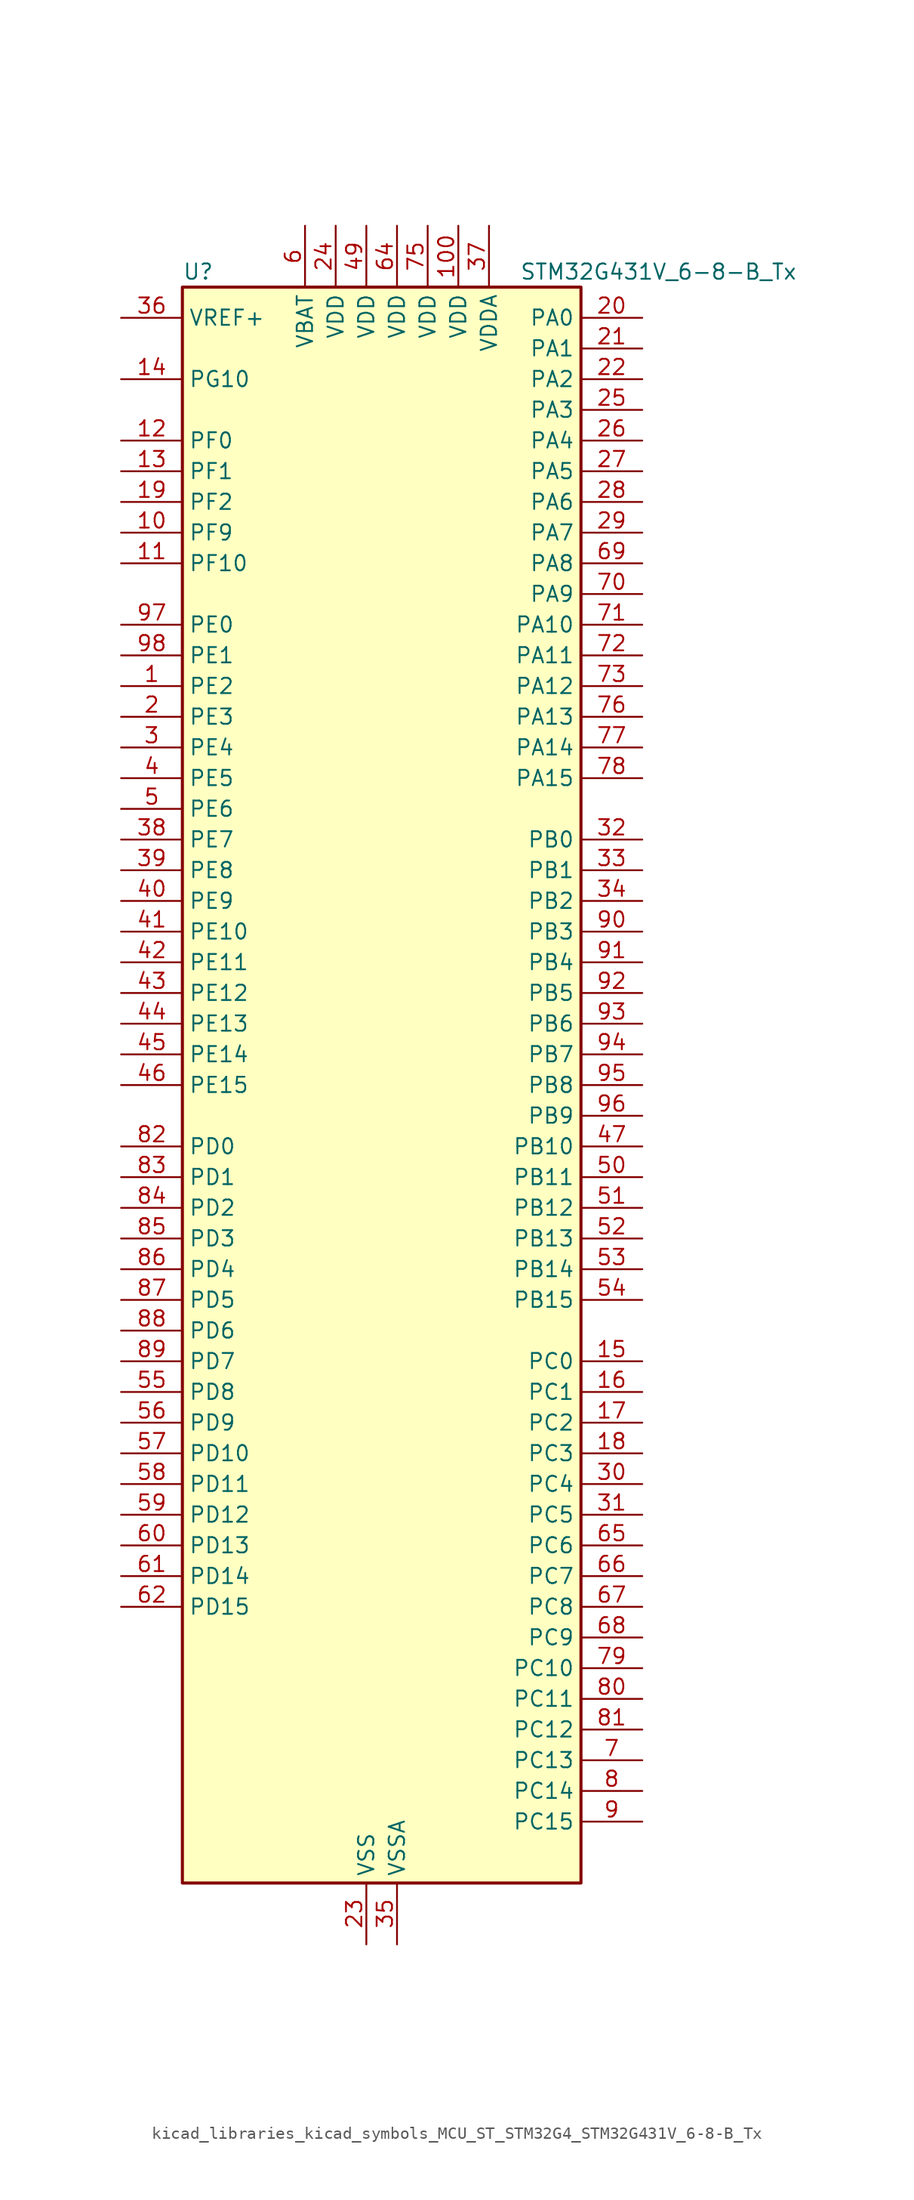
<source format=kicad_sym>
(kicad_symbol_lib
  (version 20220914)
  (generator kicad_symbol_editor)
  (symbol "kicad_libraries_kicad_symbols_MCU_ST_STM32G4_STM32G431V_6-8-B_Tx"
    (property "Reference" "U"
      (at -15.24 67.31 0)
      (effects (font (size 1.27 1.27)) (justify left)))
    (property "Value" "STM32G431V_6-8-B_Tx"
      (at 12.7 67.31 0)
      (effects (font (size 1.27 1.27)) (justify left)))
    (property "ki_locked" ""
      (at 0 0 0)
      (effects (font (size 1.27 1.27))))
    (symbol "kicad_libraries_kicad_symbols_MCU_ST_STM32G4_STM32G431V_6-8-B_Tx_0_1"
      (rectangle (start -15.24 -66.04) (end 17.78 66.04) (stroke (width 0.254) (type default)) (fill (type background))))
    (symbol "kicad_libraries_kicad_symbols_MCU_ST_STM32G4_STM32G431V_6-8-B_Tx_1_1"
      (pin bidirectional line (at -20.32 33.02 0) (length 5.08) (name "PE2" (effects (font (size 1.27 1.27)))) (number "1" (effects (font (size 1.27 1.27)))) (alternate "SAI1_CK1" bidirectional line) (alternate "SAI1_MCLK_A" bidirectional line) (alternate "SYS_TRACECLK" bidirectional line) (alternate "TIM3_CH1" bidirectional line))
      (pin bidirectional line (at -20.32 45.72 0) (length 5.08) (name "PF9" (effects (font (size 1.27 1.27)))) (number "10" (effects (font (size 1.27 1.27)))) (alternate "DAC1_EXTI9" bidirectional line) (alternate "DAC3_EXTI9" bidirectional line) (alternate "SAI1_FS_B" bidirectional line) (alternate "SPI2_SCK" bidirectional line) (alternate "TIM15_CH1" bidirectional line))
      (pin power_in line (at 7.62 71.12 270) (length 5.08) (name "VDD" (effects (font (size 1.27 1.27)))) (number "100" (effects (font (size 1.27 1.27)))))
      (pin bidirectional line (at -20.32 43.18 0) (length 5.08) (name "PF10" (effects (font (size 1.27 1.27)))) (number "11" (effects (font (size 1.27 1.27)))) (alternate "DAC1_EXTI10" bidirectional line) (alternate "DAC3_EXTI10" bidirectional line) (alternate "SAI1_D3" bidirectional line) (alternate "SPI2_SCK" bidirectional line) (alternate "TIM15_CH2" bidirectional line))
      (pin bidirectional line (at -20.32 53.34 0) (length 5.08) (name "PF0" (effects (font (size 1.27 1.27)))) (number "12" (effects (font (size 1.27 1.27)))) (alternate "ADC1_IN10" bidirectional line) (alternate "I2C2_SDA" bidirectional line) (alternate "I2S2_WS" bidirectional line) (alternate "RCC_OSC_IN" bidirectional line) (alternate "SPI2_NSS" bidirectional line) (alternate "TIM1_CH3N" bidirectional line))
      (pin bidirectional line (at -20.32 50.8 0) (length 5.08) (name "PF1" (effects (font (size 1.27 1.27)))) (number "13" (effects (font (size 1.27 1.27)))) (alternate "ADC2_IN10" bidirectional line) (alternate "COMP3_INM" bidirectional line) (alternate "I2S2_CK" bidirectional line) (alternate "RCC_OSC_OUT" bidirectional line) (alternate "SPI2_SCK" bidirectional line))
      (pin bidirectional line (at -20.32 58.42 0) (length 5.08) (name "PG10" (effects (font (size 1.27 1.27)))) (number "14" (effects (font (size 1.27 1.27)))) (alternate "DAC1_EXTI10" bidirectional line) (alternate "DAC3_EXTI10" bidirectional line) (alternate "RCC_MCO" bidirectional line))
      (pin bidirectional line (at 22.86 -22.86 180) (length 5.08) (name "PC0" (effects (font (size 1.27 1.27)))) (number "15" (effects (font (size 1.27 1.27)))) (alternate "ADC1_IN6" bidirectional line) (alternate "ADC2_IN6" bidirectional line) (alternate "COMP3_INM" bidirectional line) (alternate "LPTIM1_IN1" bidirectional line) (alternate "LPUART1_RX" bidirectional line) (alternate "TIM1_CH1" bidirectional line))
      (pin bidirectional line (at 22.86 -25.4 180) (length 5.08) (name "PC1" (effects (font (size 1.27 1.27)))) (number "16" (effects (font (size 1.27 1.27)))) (alternate "ADC1_IN7" bidirectional line) (alternate "ADC2_IN7" bidirectional line) (alternate "COMP3_INP" bidirectional line) (alternate "LPTIM1_OUT" bidirectional line) (alternate "LPUART1_TX" bidirectional line) (alternate "SAI1_SD_A" bidirectional line) (alternate "TIM1_CH2" bidirectional line))
      (pin bidirectional line (at 22.86 -27.94 180) (length 5.08) (name "PC2" (effects (font (size 1.27 1.27)))) (number "17" (effects (font (size 1.27 1.27)))) (alternate "ADC1_IN8" bidirectional line) (alternate "ADC2_IN8" bidirectional line) (alternate "COMP3_OUT" bidirectional line) (alternate "LPTIM1_IN2" bidirectional line) (alternate "TIM1_CH3" bidirectional line))
      (pin bidirectional line (at 22.86 -30.48 180) (length 5.08) (name "PC3" (effects (font (size 1.27 1.27)))) (number "18" (effects (font (size 1.27 1.27)))) (alternate "ADC1_IN9" bidirectional line) (alternate "ADC2_IN9" bidirectional line) (alternate "LPTIM1_ETR" bidirectional line) (alternate "SAI1_D1" bidirectional line) (alternate "SAI1_SD_A" bidirectional line) (alternate "TIM1_BKIN2" bidirectional line) (alternate "TIM1_CH4" bidirectional line))
      (pin bidirectional line (at -20.32 48.26 0) (length 5.08) (name "PF2" (effects (font (size 1.27 1.27)))) (number "19" (effects (font (size 1.27 1.27)))) (alternate "I2C2_SMBA" bidirectional line))
      (pin bidirectional line (at -20.32 30.48 0) (length 5.08) (name "PE3" (effects (font (size 1.27 1.27)))) (number "2" (effects (font (size 1.27 1.27)))) (alternate "SAI1_SD_B" bidirectional line) (alternate "SYS_TRACED0" bidirectional line) (alternate "TIM3_CH2" bidirectional line))
      (pin bidirectional line (at 22.86 63.5 180) (length 5.08) (name "PA0" (effects (font (size 1.27 1.27)))) (number "20" (effects (font (size 1.27 1.27)))) (alternate "ADC1_IN1" bidirectional line) (alternate "ADC2_IN1" bidirectional line) (alternate "COMP1_INM" bidirectional line) (alternate "COMP1_OUT" bidirectional line) (alternate "COMP3_INP" bidirectional line) (alternate "RTC_TAMP2" bidirectional line) (alternate "SYS_WKUP1" bidirectional line) (alternate "TIM2_CH1" bidirectional line) (alternate "TIM2_ETR" bidirectional line) (alternate "TIM8_BKIN" bidirectional line) (alternate "TIM8_ETR" bidirectional line) (alternate "USART2_CTS" bidirectional line) (alternate "USART2_NSS" bidirectional line))
      (pin bidirectional line (at 22.86 60.96 180) (length 5.08) (name "PA1" (effects (font (size 1.27 1.27)))) (number "21" (effects (font (size 1.27 1.27)))) (alternate "ADC1_IN2" bidirectional line) (alternate "ADC2_IN2" bidirectional line) (alternate "COMP1_INP" bidirectional line) (alternate "OPAMP1_VINP" bidirectional line) (alternate "OPAMP1_VINP_SEC" bidirectional line) (alternate "OPAMP3_VINP" bidirectional line) (alternate "OPAMP3_VINP_SEC" bidirectional line) (alternate "RTC_REFIN" bidirectional line) (alternate "TIM15_CH1N" bidirectional line) (alternate "TIM2_CH2" bidirectional line) (alternate "USART2_DE" bidirectional line) (alternate "USART2_RTS" bidirectional line))
      (pin bidirectional line (at 22.86 58.42 180) (length 5.08) (name "PA2" (effects (font (size 1.27 1.27)))) (number "22" (effects (font (size 1.27 1.27)))) (alternate "ADC1_IN3" bidirectional line) (alternate "COMP2_INM" bidirectional line) (alternate "COMP2_OUT" bidirectional line) (alternate "LPUART1_TX" bidirectional line) (alternate "OPAMP1_VOUT" bidirectional line) (alternate "RCC_LSCO" bidirectional line) (alternate "SYS_WKUP4" bidirectional line) (alternate "TIM15_CH1" bidirectional line) (alternate "TIM2_CH3" bidirectional line) (alternate "UCPD1_FRSTX1" bidirectional line) (alternate "UCPD1_FRSTX2" bidirectional line) (alternate "USART2_TX" bidirectional line))
      (pin power_in line (at 0 -71.12 90) (length 5.08) (name "VSS" (effects (font (size 1.27 1.27)))) (number "23" (effects (font (size 1.27 1.27)))))
      (pin power_in line (at -2.54 71.12 270) (length 5.08) (name "VDD" (effects (font (size 1.27 1.27)))) (number "24" (effects (font (size 1.27 1.27)))))
      (pin bidirectional line (at 22.86 55.88 180) (length 5.08) (name "PA3" (effects (font (size 1.27 1.27)))) (number "25" (effects (font (size 1.27 1.27)))) (alternate "ADC1_IN4" bidirectional line) (alternate "COMP2_INP" bidirectional line) (alternate "LPUART1_RX" bidirectional line) (alternate "OPAMP1_VINM" bidirectional line) (alternate "OPAMP1_VINM0" bidirectional line) (alternate "OPAMP1_VINM_SEC" bidirectional line) (alternate "OPAMP1_VINP" bidirectional line) (alternate "OPAMP1_VINP_SEC" bidirectional line) (alternate "SAI1_CK1" bidirectional line) (alternate "SAI1_MCLK_A" bidirectional line) (alternate "TIM15_CH2" bidirectional line) (alternate "TIM2_CH4" bidirectional line) (alternate "USART2_RX" bidirectional line))
      (pin bidirectional line (at 22.86 53.34 180) (length 5.08) (name "PA4" (effects (font (size 1.27 1.27)))) (number "26" (effects (font (size 1.27 1.27)))) (alternate "ADC2_IN17" bidirectional line) (alternate "COMP1_INM" bidirectional line) (alternate "DAC1_OUT1" bidirectional line) (alternate "I2S3_WS" bidirectional line) (alternate "SAI1_FS_B" bidirectional line) (alternate "SPI1_NSS" bidirectional line) (alternate "SPI3_NSS" bidirectional line) (alternate "TIM3_CH2" bidirectional line) (alternate "USART2_CK" bidirectional line))
      (pin bidirectional line (at 22.86 50.8 180) (length 5.08) (name "PA5" (effects (font (size 1.27 1.27)))) (number "27" (effects (font (size 1.27 1.27)))) (alternate "ADC2_IN13" bidirectional line) (alternate "COMP2_INM" bidirectional line) (alternate "DAC1_OUT2" bidirectional line) (alternate "OPAMP2_VINM" bidirectional line) (alternate "OPAMP2_VINM0" bidirectional line) (alternate "OPAMP2_VINM_SEC" bidirectional line) (alternate "SPI1_SCK" bidirectional line) (alternate "TIM2_CH1" bidirectional line) (alternate "TIM2_ETR" bidirectional line) (alternate "UCPD1_FRSTX1" bidirectional line) (alternate "UCPD1_FRSTX2" bidirectional line))
      (pin bidirectional line (at 22.86 48.26 180) (length 5.08) (name "PA6" (effects (font (size 1.27 1.27)))) (number "28" (effects (font (size 1.27 1.27)))) (alternate "ADC2_IN3" bidirectional line) (alternate "COMP1_OUT" bidirectional line) (alternate "LPUART1_CTS" bidirectional line) (alternate "OPAMP2_VOUT" bidirectional line) (alternate "SPI1_MISO" bidirectional line) (alternate "TIM16_CH1" bidirectional line) (alternate "TIM1_BKIN" bidirectional line) (alternate "TIM3_CH1" bidirectional line) (alternate "TIM8_BKIN" bidirectional line))
      (pin bidirectional line (at 22.86 45.72 180) (length 5.08) (name "PA7" (effects (font (size 1.27 1.27)))) (number "29" (effects (font (size 1.27 1.27)))) (alternate "ADC2_IN4" bidirectional line) (alternate "COMP2_INP" bidirectional line) (alternate "COMP2_OUT" bidirectional line) (alternate "OPAMP1_VINP" bidirectional line) (alternate "OPAMP1_VINP_SEC" bidirectional line) (alternate "OPAMP2_VINP" bidirectional line) (alternate "OPAMP2_VINP_SEC" bidirectional line) (alternate "SPI1_MOSI" bidirectional line) (alternate "TIM17_CH1" bidirectional line) (alternate "TIM1_CH1N" bidirectional line) (alternate "TIM3_CH2" bidirectional line) (alternate "TIM8_CH1N" bidirectional line) (alternate "UCPD1_FRSTX1" bidirectional line) (alternate "UCPD1_FRSTX2" bidirectional line))
      (pin bidirectional line (at -20.32 27.94 0) (length 5.08) (name "PE4" (effects (font (size 1.27 1.27)))) (number "3" (effects (font (size 1.27 1.27)))) (alternate "SAI1_D2" bidirectional line) (alternate "SAI1_FS_A" bidirectional line) (alternate "SYS_TRACED1" bidirectional line) (alternate "TIM3_CH3" bidirectional line))
      (pin bidirectional line (at 22.86 -33.02 180) (length 5.08) (name "PC4" (effects (font (size 1.27 1.27)))) (number "30" (effects (font (size 1.27 1.27)))) (alternate "ADC2_IN5" bidirectional line) (alternate "I2C2_SCL" bidirectional line) (alternate "TIM1_ETR" bidirectional line) (alternate "USART1_TX" bidirectional line))
      (pin bidirectional line (at 22.86 -35.56 180) (length 5.08) (name "PC5" (effects (font (size 1.27 1.27)))) (number "31" (effects (font (size 1.27 1.27)))) (alternate "ADC2_IN11" bidirectional line) (alternate "OPAMP1_VINM" bidirectional line) (alternate "OPAMP1_VINM1" bidirectional line) (alternate "OPAMP1_VINM_SEC" bidirectional line) (alternate "OPAMP2_VINM" bidirectional line) (alternate "OPAMP2_VINM1" bidirectional line) (alternate "OPAMP2_VINM_SEC" bidirectional line) (alternate "SAI1_D3" bidirectional line) (alternate "SYS_WKUP5" bidirectional line) (alternate "TIM15_BKIN" bidirectional line) (alternate "TIM1_CH4N" bidirectional line) (alternate "USART1_RX" bidirectional line))
      (pin bidirectional line (at 22.86 20.32 180) (length 5.08) (name "PB0" (effects (font (size 1.27 1.27)))) (number "32" (effects (font (size 1.27 1.27)))) (alternate "ADC1_IN15" bidirectional line) (alternate "COMP4_INP" bidirectional line) (alternate "OPAMP2_VINP" bidirectional line) (alternate "OPAMP2_VINP_SEC" bidirectional line) (alternate "OPAMP3_VINP" bidirectional line) (alternate "OPAMP3_VINP_SEC" bidirectional line) (alternate "TIM1_CH2N" bidirectional line) (alternate "TIM3_CH3" bidirectional line) (alternate "TIM8_CH2N" bidirectional line) (alternate "UCPD1_FRSTX1" bidirectional line) (alternate "UCPD1_FRSTX2" bidirectional line))
      (pin bidirectional line (at 22.86 17.78 180) (length 5.08) (name "PB1" (effects (font (size 1.27 1.27)))) (number "33" (effects (font (size 1.27 1.27)))) (alternate "ADC1_IN12" bidirectional line) (alternate "COMP1_INP" bidirectional line) (alternate "COMP4_OUT" bidirectional line) (alternate "LPUART1_DE" bidirectional line) (alternate "LPUART1_RTS" bidirectional line) (alternate "OPAMP3_VOUT" bidirectional line) (alternate "TIM1_CH3N" bidirectional line) (alternate "TIM3_CH4" bidirectional line) (alternate "TIM8_CH3N" bidirectional line))
      (pin bidirectional line (at 22.86 15.24 180) (length 5.08) (name "PB2" (effects (font (size 1.27 1.27)))) (number "34" (effects (font (size 1.27 1.27)))) (alternate "ADC2_IN12" bidirectional line) (alternate "COMP4_INM" bidirectional line) (alternate "I2C3_SMBA" bidirectional line) (alternate "LPTIM1_OUT" bidirectional line) (alternate "OPAMP3_VINM" bidirectional line) (alternate "OPAMP3_VINM0" bidirectional line) (alternate "OPAMP3_VINM_SEC" bidirectional line) (alternate "RTC_OUT2" bidirectional line))
      (pin power_in line (at 2.54 -71.12 90) (length 5.08) (name "VSSA" (effects (font (size 1.27 1.27)))) (number "35" (effects (font (size 1.27 1.27)))))
      (pin input line (at -20.32 63.5 0) (length 5.08) (name "VREF+" (effects (font (size 1.27 1.27)))) (number "36" (effects (font (size 1.27 1.27)))) (alternate "VREFBUF_OUT" bidirectional line))
      (pin power_in line (at 10.16 71.12 270) (length 5.08) (name "VDDA" (effects (font (size 1.27 1.27)))) (number "37" (effects (font (size 1.27 1.27)))))
      (pin bidirectional line (at -20.32 20.32 0) (length 5.08) (name "PE7" (effects (font (size 1.27 1.27)))) (number "38" (effects (font (size 1.27 1.27)))) (alternate "COMP4_INP" bidirectional line) (alternate "SAI1_SD_B" bidirectional line) (alternate "TIM1_ETR" bidirectional line))
      (pin bidirectional line (at -20.32 17.78 0) (length 5.08) (name "PE8" (effects (font (size 1.27 1.27)))) (number "39" (effects (font (size 1.27 1.27)))) (alternate "COMP4_INM" bidirectional line) (alternate "SAI1_SCK_B" bidirectional line) (alternate "TIM1_CH1N" bidirectional line))
      (pin bidirectional line (at -20.32 25.4 0) (length 5.08) (name "PE5" (effects (font (size 1.27 1.27)))) (number "4" (effects (font (size 1.27 1.27)))) (alternate "SAI1_CK2" bidirectional line) (alternate "SAI1_SCK_A" bidirectional line) (alternate "SYS_TRACED2" bidirectional line) (alternate "TIM3_CH4" bidirectional line))
      (pin bidirectional line (at -20.32 15.24 0) (length 5.08) (name "PE9" (effects (font (size 1.27 1.27)))) (number "40" (effects (font (size 1.27 1.27)))) (alternate "DAC1_EXTI9" bidirectional line) (alternate "DAC3_EXTI9" bidirectional line) (alternate "SAI1_FS_B" bidirectional line) (alternate "TIM1_CH1" bidirectional line))
      (pin bidirectional line (at -20.32 12.7 0) (length 5.08) (name "PE10" (effects (font (size 1.27 1.27)))) (number "41" (effects (font (size 1.27 1.27)))) (alternate "DAC1_EXTI10" bidirectional line) (alternate "DAC3_EXTI10" bidirectional line) (alternate "SAI1_MCLK_B" bidirectional line) (alternate "TIM1_CH2N" bidirectional line))
      (pin bidirectional line (at -20.32 10.16 0) (length 5.08) (name "PE11" (effects (font (size 1.27 1.27)))) (number "42" (effects (font (size 1.27 1.27)))) (alternate "ADC1_EXTI11" bidirectional line) (alternate "ADC2_EXTI11" bidirectional line) (alternate "TIM1_CH2" bidirectional line))
      (pin bidirectional line (at -20.32 7.62 0) (length 5.08) (name "PE12" (effects (font (size 1.27 1.27)))) (number "43" (effects (font (size 1.27 1.27)))) (alternate "TIM1_CH3N" bidirectional line))
      (pin bidirectional line (at -20.32 5.08 0) (length 5.08) (name "PE13" (effects (font (size 1.27 1.27)))) (number "44" (effects (font (size 1.27 1.27)))) (alternate "TIM1_CH3" bidirectional line))
      (pin bidirectional line (at -20.32 2.54 0) (length 5.08) (name "PE14" (effects (font (size 1.27 1.27)))) (number "45" (effects (font (size 1.27 1.27)))) (alternate "TIM1_BKIN2" bidirectional line) (alternate "TIM1_CH4" bidirectional line))
      (pin bidirectional line (at -20.32 0 0) (length 5.08) (name "PE15" (effects (font (size 1.27 1.27)))) (number "46" (effects (font (size 1.27 1.27)))) (alternate "ADC1_EXTI15" bidirectional line) (alternate "ADC2_EXTI15" bidirectional line) (alternate "TIM1_BKIN" bidirectional line) (alternate "TIM1_CH4N" bidirectional line) (alternate "USART3_RX" bidirectional line))
      (pin bidirectional line (at 22.86 -5.08 180) (length 5.08) (name "PB10" (effects (font (size 1.27 1.27)))) (number "47" (effects (font (size 1.27 1.27)))) (alternate "DAC1_EXTI10" bidirectional line) (alternate "DAC3_EXTI10" bidirectional line) (alternate "LPUART1_RX" bidirectional line) (alternate "OPAMP3_VINM" bidirectional line) (alternate "OPAMP3_VINM1" bidirectional line) (alternate "OPAMP3_VINM_SEC" bidirectional line) (alternate "SAI1_SCK_A" bidirectional line) (alternate "TIM1_BKIN" bidirectional line) (alternate "TIM2_CH3" bidirectional line) (alternate "USART3_TX" bidirectional line))
      (pin passive line (at 0 -71.12 90) (length 5.08) hide (name "VSS" (effects (font (size 1.27 1.27)))) (number "48" (effects (font (size 1.27 1.27)))))
      (pin power_in line (at 0 71.12 270) (length 5.08) (name "VDD" (effects (font (size 1.27 1.27)))) (number "49" (effects (font (size 1.27 1.27)))))
      (pin bidirectional line (at -20.32 22.86 0) (length 5.08) (name "PE6" (effects (font (size 1.27 1.27)))) (number "5" (effects (font (size 1.27 1.27)))) (alternate "RTC_TAMP3" bidirectional line) (alternate "SAI1_D1" bidirectional line) (alternate "SAI1_SD_A" bidirectional line) (alternate "SYS_TRACED3" bidirectional line) (alternate "SYS_WKUP3" bidirectional line))
      (pin bidirectional line (at 22.86 -7.62 180) (length 5.08) (name "PB11" (effects (font (size 1.27 1.27)))) (number "50" (effects (font (size 1.27 1.27)))) (alternate "ADC1_EXTI11" bidirectional line) (alternate "ADC1_IN14" bidirectional line) (alternate "ADC2_EXTI11" bidirectional line) (alternate "ADC2_IN14" bidirectional line) (alternate "LPUART1_TX" bidirectional line) (alternate "TIM2_CH4" bidirectional line) (alternate "USART3_RX" bidirectional line))
      (pin bidirectional line (at 22.86 -10.16 180) (length 5.08) (name "PB12" (effects (font (size 1.27 1.27)))) (number "51" (effects (font (size 1.27 1.27)))) (alternate "ADC1_IN11" bidirectional line) (alternate "I2C2_SMBA" bidirectional line) (alternate "I2S2_WS" bidirectional line) (alternate "LPUART1_DE" bidirectional line) (alternate "LPUART1_RTS" bidirectional line) (alternate "SPI2_NSS" bidirectional line) (alternate "TIM1_BKIN" bidirectional line) (alternate "USART3_CK" bidirectional line))
      (pin bidirectional line (at 22.86 -12.7 180) (length 5.08) (name "PB13" (effects (font (size 1.27 1.27)))) (number "52" (effects (font (size 1.27 1.27)))) (alternate "I2S2_CK" bidirectional line) (alternate "LPUART1_CTS" bidirectional line) (alternate "OPAMP3_VINP" bidirectional line) (alternate "OPAMP3_VINP_SEC" bidirectional line) (alternate "SPI2_SCK" bidirectional line) (alternate "TIM1_CH1N" bidirectional line) (alternate "USART3_CTS" bidirectional line) (alternate "USART3_NSS" bidirectional line))
      (pin bidirectional line (at 22.86 -15.24 180) (length 5.08) (name "PB14" (effects (font (size 1.27 1.27)))) (number "53" (effects (font (size 1.27 1.27)))) (alternate "ADC1_IN5" bidirectional line) (alternate "COMP4_OUT" bidirectional line) (alternate "OPAMP2_VINP" bidirectional line) (alternate "OPAMP2_VINP_SEC" bidirectional line) (alternate "SPI2_MISO" bidirectional line) (alternate "TIM15_CH1" bidirectional line) (alternate "TIM1_CH2N" bidirectional line) (alternate "USART3_DE" bidirectional line) (alternate "USART3_RTS" bidirectional line))
      (pin bidirectional line (at 22.86 -17.78 180) (length 5.08) (name "PB15" (effects (font (size 1.27 1.27)))) (number "54" (effects (font (size 1.27 1.27)))) (alternate "ADC1_EXTI15" bidirectional line) (alternate "ADC2_EXTI15" bidirectional line) (alternate "ADC2_IN15" bidirectional line) (alternate "COMP3_OUT" bidirectional line) (alternate "I2S2_SD" bidirectional line) (alternate "RTC_REFIN" bidirectional line) (alternate "SPI2_MOSI" bidirectional line) (alternate "TIM15_CH1N" bidirectional line) (alternate "TIM15_CH2" bidirectional line) (alternate "TIM1_CH3N" bidirectional line))
      (pin bidirectional line (at -20.32 -25.4 0) (length 5.08) (name "PD8" (effects (font (size 1.27 1.27)))) (number "55" (effects (font (size 1.27 1.27)))) (alternate "USART3_TX" bidirectional line))
      (pin bidirectional line (at -20.32 -27.94 0) (length 5.08) (name "PD9" (effects (font (size 1.27 1.27)))) (number "56" (effects (font (size 1.27 1.27)))) (alternate "DAC1_EXTI9" bidirectional line) (alternate "DAC3_EXTI9" bidirectional line) (alternate "USART3_RX" bidirectional line))
      (pin bidirectional line (at -20.32 -30.48 0) (length 5.08) (name "PD10" (effects (font (size 1.27 1.27)))) (number "57" (effects (font (size 1.27 1.27)))) (alternate "DAC1_EXTI10" bidirectional line) (alternate "DAC3_EXTI10" bidirectional line) (alternate "USART3_CK" bidirectional line))
      (pin bidirectional line (at -20.32 -33.02 0) (length 5.08) (name "PD11" (effects (font (size 1.27 1.27)))) (number "58" (effects (font (size 1.27 1.27)))) (alternate "ADC1_EXTI11" bidirectional line) (alternate "ADC2_EXTI11" bidirectional line) (alternate "USART3_CTS" bidirectional line) (alternate "USART3_NSS" bidirectional line))
      (pin bidirectional line (at -20.32 -35.56 0) (length 5.08) (name "PD12" (effects (font (size 1.27 1.27)))) (number "59" (effects (font (size 1.27 1.27)))) (alternate "TIM4_CH1" bidirectional line) (alternate "USART3_DE" bidirectional line) (alternate "USART3_RTS" bidirectional line))
      (pin power_in line (at -5.08 71.12 270) (length 5.08) (name "VBAT" (effects (font (size 1.27 1.27)))) (number "6" (effects (font (size 1.27 1.27)))))
      (pin bidirectional line (at -20.32 -38.1 0) (length 5.08) (name "PD13" (effects (font (size 1.27 1.27)))) (number "60" (effects (font (size 1.27 1.27)))) (alternate "TIM4_CH2" bidirectional line))
      (pin bidirectional line (at -20.32 -40.64 0) (length 5.08) (name "PD14" (effects (font (size 1.27 1.27)))) (number "61" (effects (font (size 1.27 1.27)))) (alternate "OPAMP2_VINP" bidirectional line) (alternate "OPAMP2_VINP_SEC" bidirectional line) (alternate "TIM4_CH3" bidirectional line))
      (pin bidirectional line (at -20.32 -43.18 0) (length 5.08) (name "PD15" (effects (font (size 1.27 1.27)))) (number "62" (effects (font (size 1.27 1.27)))) (alternate "ADC1_EXTI15" bidirectional line) (alternate "ADC2_EXTI15" bidirectional line) (alternate "SPI2_NSS" bidirectional line) (alternate "TIM4_CH4" bidirectional line))
      (pin passive line (at 0 -71.12 90) (length 5.08) hide (name "VSS" (effects (font (size 1.27 1.27)))) (number "63" (effects (font (size 1.27 1.27)))))
      (pin power_in line (at 2.54 71.12 270) (length 5.08) (name "VDD" (effects (font (size 1.27 1.27)))) (number "64" (effects (font (size 1.27 1.27)))))
      (pin bidirectional line (at 22.86 -38.1 180) (length 5.08) (name "PC6" (effects (font (size 1.27 1.27)))) (number "65" (effects (font (size 1.27 1.27)))) (alternate "I2S2_MCK" bidirectional line) (alternate "TIM3_CH1" bidirectional line) (alternate "TIM8_CH1" bidirectional line))
      (pin bidirectional line (at 22.86 -40.64 180) (length 5.08) (name "PC7" (effects (font (size 1.27 1.27)))) (number "66" (effects (font (size 1.27 1.27)))) (alternate "I2S3_MCK" bidirectional line) (alternate "TIM3_CH2" bidirectional line) (alternate "TIM8_CH2" bidirectional line))
      (pin bidirectional line (at 22.86 -43.18 180) (length 5.08) (name "PC8" (effects (font (size 1.27 1.27)))) (number "67" (effects (font (size 1.27 1.27)))) (alternate "I2C3_SCL" bidirectional line) (alternate "TIM3_CH3" bidirectional line) (alternate "TIM8_CH3" bidirectional line))
      (pin bidirectional line (at 22.86 -45.72 180) (length 5.08) (name "PC9" (effects (font (size 1.27 1.27)))) (number "68" (effects (font (size 1.27 1.27)))) (alternate "DAC1_EXTI9" bidirectional line) (alternate "DAC3_EXTI9" bidirectional line) (alternate "I2C3_SDA" bidirectional line) (alternate "I2S_CKIN" bidirectional line) (alternate "TIM3_CH4" bidirectional line) (alternate "TIM8_BKIN2" bidirectional line) (alternate "TIM8_CH4" bidirectional line))
      (pin bidirectional line (at 22.86 43.18 180) (length 5.08) (name "PA8" (effects (font (size 1.27 1.27)))) (number "69" (effects (font (size 1.27 1.27)))) (alternate "I2C2_SDA" bidirectional line) (alternate "I2C3_SCL" bidirectional line) (alternate "I2S2_MCK" bidirectional line) (alternate "RCC_MCO" bidirectional line) (alternate "SAI1_CK2" bidirectional line) (alternate "SAI1_SCK_A" bidirectional line) (alternate "TIM1_CH1" bidirectional line) (alternate "TIM4_ETR" bidirectional line) (alternate "USART1_CK" bidirectional line))
      (pin bidirectional line (at 22.86 -55.88 180) (length 5.08) (name "PC13" (effects (font (size 1.27 1.27)))) (number "7" (effects (font (size 1.27 1.27)))) (alternate "RTC_OUT1" bidirectional line) (alternate "RTC_TAMP1" bidirectional line) (alternate "RTC_TS" bidirectional line) (alternate "SYS_WKUP2" bidirectional line) (alternate "TIM1_BKIN" bidirectional line) (alternate "TIM1_CH1N" bidirectional line) (alternate "TIM8_CH4N" bidirectional line))
      (pin bidirectional line (at 22.86 40.64 180) (length 5.08) (name "PA9" (effects (font (size 1.27 1.27)))) (number "70" (effects (font (size 1.27 1.27)))) (alternate "DAC1_EXTI9" bidirectional line) (alternate "DAC3_EXTI9" bidirectional line) (alternate "I2C2_SCL" bidirectional line) (alternate "I2C3_SMBA" bidirectional line) (alternate "I2S3_MCK" bidirectional line) (alternate "SAI1_FS_A" bidirectional line) (alternate "TIM15_BKIN" bidirectional line) (alternate "TIM1_CH2" bidirectional line) (alternate "TIM2_CH3" bidirectional line) (alternate "UCPD1_DBCC1" bidirectional line) (alternate "USART1_TX" bidirectional line))
      (pin bidirectional line (at 22.86 38.1 180) (length 5.08) (name "PA10" (effects (font (size 1.27 1.27)))) (number "71" (effects (font (size 1.27 1.27)))) (alternate "CRS_SYNC" bidirectional line) (alternate "DAC1_EXTI10" bidirectional line) (alternate "DAC3_EXTI10" bidirectional line) (alternate "I2C2_SMBA" bidirectional line) (alternate "SAI1_D1" bidirectional line) (alternate "SAI1_SD_A" bidirectional line) (alternate "SPI2_MISO" bidirectional line) (alternate "TIM17_BKIN" bidirectional line) (alternate "TIM1_CH3" bidirectional line) (alternate "TIM2_CH4" bidirectional line) (alternate "TIM8_BKIN" bidirectional line) (alternate "UCPD1_DBCC2" bidirectional line) (alternate "USART1_RX" bidirectional line))
      (pin bidirectional line (at 22.86 35.56 180) (length 5.08) (name "PA11" (effects (font (size 1.27 1.27)))) (number "72" (effects (font (size 1.27 1.27)))) (alternate "ADC1_EXTI11" bidirectional line) (alternate "ADC2_EXTI11" bidirectional line) (alternate "COMP1_OUT" bidirectional line) (alternate "FDCAN1_RX" bidirectional line) (alternate "I2S2_SD" bidirectional line) (alternate "SPI2_MOSI" bidirectional line) (alternate "TIM1_BKIN2" bidirectional line) (alternate "TIM1_CH1N" bidirectional line) (alternate "TIM1_CH4" bidirectional line) (alternate "TIM4_CH1" bidirectional line) (alternate "USART1_CTS" bidirectional line) (alternate "USART1_NSS" bidirectional line) (alternate "USB_DM" bidirectional line))
      (pin bidirectional line (at 22.86 33.02 180) (length 5.08) (name "PA12" (effects (font (size 1.27 1.27)))) (number "73" (effects (font (size 1.27 1.27)))) (alternate "COMP2_OUT" bidirectional line) (alternate "FDCAN1_TX" bidirectional line) (alternate "I2S_CKIN" bidirectional line) (alternate "TIM16_CH1" bidirectional line) (alternate "TIM1_CH2N" bidirectional line) (alternate "TIM1_ETR" bidirectional line) (alternate "TIM4_CH2" bidirectional line) (alternate "USART1_DE" bidirectional line) (alternate "USART1_RTS" bidirectional line) (alternate "USB_DP" bidirectional line))
      (pin passive line (at 0 -71.12 90) (length 5.08) hide (name "VSS" (effects (font (size 1.27 1.27)))) (number "74" (effects (font (size 1.27 1.27)))))
      (pin power_in line (at 5.08 71.12 270) (length 5.08) (name "VDD" (effects (font (size 1.27 1.27)))) (number "75" (effects (font (size 1.27 1.27)))))
      (pin bidirectional line (at 22.86 30.48 180) (length 5.08) (name "PA13" (effects (font (size 1.27 1.27)))) (number "76" (effects (font (size 1.27 1.27)))) (alternate "I2C1_SCL" bidirectional line) (alternate "IR_OUT" bidirectional line) (alternate "SAI1_SD_B" bidirectional line) (alternate "SYS_JTMS-SWDIO" bidirectional line) (alternate "TIM16_CH1N" bidirectional line) (alternate "TIM4_CH3" bidirectional line) (alternate "USART3_CTS" bidirectional line) (alternate "USART3_NSS" bidirectional line))
      (pin bidirectional line (at 22.86 27.94 180) (length 5.08) (name "PA14" (effects (font (size 1.27 1.27)))) (number "77" (effects (font (size 1.27 1.27)))) (alternate "I2C1_SDA" bidirectional line) (alternate "LPTIM1_OUT" bidirectional line) (alternate "SAI1_FS_B" bidirectional line) (alternate "SYS_JTCK-SWCLK" bidirectional line) (alternate "TIM1_BKIN" bidirectional line) (alternate "TIM8_CH2" bidirectional line) (alternate "USART2_TX" bidirectional line))
      (pin bidirectional line (at 22.86 25.4 180) (length 5.08) (name "PA15" (effects (font (size 1.27 1.27)))) (number "78" (effects (font (size 1.27 1.27)))) (alternate "ADC1_EXTI15" bidirectional line) (alternate "ADC2_EXTI15" bidirectional line) (alternate "I2C1_SCL" bidirectional line) (alternate "I2S3_WS" bidirectional line) (alternate "SPI1_NSS" bidirectional line) (alternate "SPI3_NSS" bidirectional line) (alternate "SYS_JTDI" bidirectional line) (alternate "TIM1_BKIN" bidirectional line) (alternate "TIM2_CH1" bidirectional line) (alternate "TIM2_ETR" bidirectional line) (alternate "TIM8_CH1" bidirectional line) (alternate "UART4_DE" bidirectional line) (alternate "UART4_RTS" bidirectional line) (alternate "USART2_RX" bidirectional line))
      (pin bidirectional line (at 22.86 -48.26 180) (length 5.08) (name "PC10" (effects (font (size 1.27 1.27)))) (number "79" (effects (font (size 1.27 1.27)))) (alternate "DAC1_EXTI10" bidirectional line) (alternate "DAC3_EXTI10" bidirectional line) (alternate "I2S3_CK" bidirectional line) (alternate "SPI3_SCK" bidirectional line) (alternate "TIM8_CH1N" bidirectional line) (alternate "UART4_TX" bidirectional line) (alternate "USART3_TX" bidirectional line))
      (pin bidirectional line (at 22.86 -58.42 180) (length 5.08) (name "PC14" (effects (font (size 1.27 1.27)))) (number "8" (effects (font (size 1.27 1.27)))) (alternate "RCC_OSC32_IN" bidirectional line))
      (pin bidirectional line (at 22.86 -50.8 180) (length 5.08) (name "PC11" (effects (font (size 1.27 1.27)))) (number "80" (effects (font (size 1.27 1.27)))) (alternate "ADC1_EXTI11" bidirectional line) (alternate "ADC2_EXTI11" bidirectional line) (alternate "I2C3_SDA" bidirectional line) (alternate "SPI3_MISO" bidirectional line) (alternate "TIM8_CH2N" bidirectional line) (alternate "UART4_RX" bidirectional line) (alternate "USART3_RX" bidirectional line))
      (pin bidirectional line (at 22.86 -53.34 180) (length 5.08) (name "PC12" (effects (font (size 1.27 1.27)))) (number "81" (effects (font (size 1.27 1.27)))) (alternate "I2S3_SD" bidirectional line) (alternate "SPI3_MOSI" bidirectional line) (alternate "TIM8_CH3N" bidirectional line) (alternate "UCPD1_FRSTX1" bidirectional line) (alternate "UCPD1_FRSTX2" bidirectional line) (alternate "USART3_CK" bidirectional line))
      (pin bidirectional line (at -20.32 -5.08 0) (length 5.08) (name "PD0" (effects (font (size 1.27 1.27)))) (number "82" (effects (font (size 1.27 1.27)))) (alternate "FDCAN1_RX" bidirectional line) (alternate "TIM8_CH4N" bidirectional line))
      (pin bidirectional line (at -20.32 -7.62 0) (length 5.08) (name "PD1" (effects (font (size 1.27 1.27)))) (number "83" (effects (font (size 1.27 1.27)))) (alternate "FDCAN1_TX" bidirectional line) (alternate "TIM8_BKIN2" bidirectional line) (alternate "TIM8_CH4" bidirectional line))
      (pin bidirectional line (at -20.32 -10.16 0) (length 5.08) (name "PD2" (effects (font (size 1.27 1.27)))) (number "84" (effects (font (size 1.27 1.27)))) (alternate "TIM3_ETR" bidirectional line) (alternate "TIM8_BKIN" bidirectional line))
      (pin bidirectional line (at -20.32 -12.7 0) (length 5.08) (name "PD3" (effects (font (size 1.27 1.27)))) (number "85" (effects (font (size 1.27 1.27)))) (alternate "TIM2_CH1" bidirectional line) (alternate "TIM2_ETR" bidirectional line) (alternate "USART2_CTS" bidirectional line) (alternate "USART2_NSS" bidirectional line))
      (pin bidirectional line (at -20.32 -15.24 0) (length 5.08) (name "PD4" (effects (font (size 1.27 1.27)))) (number "86" (effects (font (size 1.27 1.27)))) (alternate "TIM2_CH2" bidirectional line) (alternate "USART2_DE" bidirectional line) (alternate "USART2_RTS" bidirectional line))
      (pin bidirectional line (at -20.32 -17.78 0) (length 5.08) (name "PD5" (effects (font (size 1.27 1.27)))) (number "87" (effects (font (size 1.27 1.27)))) (alternate "USART2_TX" bidirectional line))
      (pin bidirectional line (at -20.32 -20.32 0) (length 5.08) (name "PD6" (effects (font (size 1.27 1.27)))) (number "88" (effects (font (size 1.27 1.27)))) (alternate "SAI1_D1" bidirectional line) (alternate "SAI1_SD_A" bidirectional line) (alternate "TIM2_CH4" bidirectional line) (alternate "USART2_RX" bidirectional line))
      (pin bidirectional line (at -20.32 -22.86 0) (length 5.08) (name "PD7" (effects (font (size 1.27 1.27)))) (number "89" (effects (font (size 1.27 1.27)))) (alternate "TIM2_CH3" bidirectional line) (alternate "USART2_CK" bidirectional line))
      (pin bidirectional line (at 22.86 -60.96 180) (length 5.08) (name "PC15" (effects (font (size 1.27 1.27)))) (number "9" (effects (font (size 1.27 1.27)))) (alternate "ADC1_EXTI15" bidirectional line) (alternate "ADC2_EXTI15" bidirectional line) (alternate "RCC_OSC32_OUT" bidirectional line))
      (pin bidirectional line (at 22.86 12.7 180) (length 5.08) (name "PB3" (effects (font (size 1.27 1.27)))) (number "90" (effects (font (size 1.27 1.27)))) (alternate "CRS_SYNC" bidirectional line) (alternate "I2S3_CK" bidirectional line) (alternate "SAI1_SCK_B" bidirectional line) (alternate "SPI1_SCK" bidirectional line) (alternate "SPI3_SCK" bidirectional line) (alternate "SYS_JTDO-SWO" bidirectional line) (alternate "TIM2_CH2" bidirectional line) (alternate "TIM3_ETR" bidirectional line) (alternate "TIM4_ETR" bidirectional line) (alternate "TIM8_CH1N" bidirectional line) (alternate "USART2_TX" bidirectional line))
      (pin bidirectional line (at 22.86 10.16 180) (length 5.08) (name "PB4" (effects (font (size 1.27 1.27)))) (number "91" (effects (font (size 1.27 1.27)))) (alternate "SAI1_MCLK_B" bidirectional line) (alternate "SPI1_MISO" bidirectional line) (alternate "SPI3_MISO" bidirectional line) (alternate "SYS_JTRST" bidirectional line) (alternate "TIM16_CH1" bidirectional line) (alternate "TIM17_BKIN" bidirectional line) (alternate "TIM3_CH1" bidirectional line) (alternate "TIM8_CH2N" bidirectional line) (alternate "UCPD1_CC2" bidirectional line) (alternate "USART2_RX" bidirectional line))
      (pin bidirectional line (at 22.86 7.62 180) (length 5.08) (name "PB5" (effects (font (size 1.27 1.27)))) (number "92" (effects (font (size 1.27 1.27)))) (alternate "I2C1_SMBA" bidirectional line) (alternate "I2C3_SDA" bidirectional line) (alternate "I2S3_SD" bidirectional line) (alternate "LPTIM1_IN1" bidirectional line) (alternate "SAI1_SD_B" bidirectional line) (alternate "SPI1_MOSI" bidirectional line) (alternate "SPI3_MOSI" bidirectional line) (alternate "TIM16_BKIN" bidirectional line) (alternate "TIM17_CH1" bidirectional line) (alternate "TIM3_CH2" bidirectional line) (alternate "TIM8_CH3N" bidirectional line) (alternate "USART2_CK" bidirectional line))
      (pin bidirectional line (at 22.86 5.08 180) (length 5.08) (name "PB6" (effects (font (size 1.27 1.27)))) (number "93" (effects (font (size 1.27 1.27)))) (alternate "COMP4_OUT" bidirectional line) (alternate "LPTIM1_ETR" bidirectional line) (alternate "SAI1_FS_B" bidirectional line) (alternate "TIM16_CH1N" bidirectional line) (alternate "TIM4_CH1" bidirectional line) (alternate "TIM8_BKIN2" bidirectional line) (alternate "TIM8_CH1" bidirectional line) (alternate "TIM8_ETR" bidirectional line) (alternate "UCPD1_CC1" bidirectional line) (alternate "USART1_TX" bidirectional line))
      (pin bidirectional line (at 22.86 2.54 180) (length 5.08) (name "PB7" (effects (font (size 1.27 1.27)))) (number "94" (effects (font (size 1.27 1.27)))) (alternate "COMP3_OUT" bidirectional line) (alternate "I2C1_SDA" bidirectional line) (alternate "LPTIM1_IN2" bidirectional line) (alternate "SYS_PVD_IN" bidirectional line) (alternate "TIM17_CH1N" bidirectional line) (alternate "TIM3_CH4" bidirectional line) (alternate "TIM4_CH2" bidirectional line) (alternate "TIM8_BKIN" bidirectional line) (alternate "UART4_CTS" bidirectional line) (alternate "USART1_RX" bidirectional line))
      (pin bidirectional line (at 22.86 0 180) (length 5.08) (name "PB8" (effects (font (size 1.27 1.27)))) (number "95" (effects (font (size 1.27 1.27)))) (alternate "COMP1_OUT" bidirectional line) (alternate "FDCAN1_RX" bidirectional line) (alternate "I2C1_SCL" bidirectional line) (alternate "SAI1_CK1" bidirectional line) (alternate "SAI1_MCLK_A" bidirectional line) (alternate "TIM16_CH1" bidirectional line) (alternate "TIM1_BKIN" bidirectional line) (alternate "TIM4_CH3" bidirectional line) (alternate "TIM8_CH2" bidirectional line) (alternate "USART3_RX" bidirectional line))
      (pin bidirectional line (at 22.86 -2.54 180) (length 5.08) (name "PB9" (effects (font (size 1.27 1.27)))) (number "96" (effects (font (size 1.27 1.27)))) (alternate "COMP2_OUT" bidirectional line) (alternate "DAC1_EXTI9" bidirectional line) (alternate "DAC3_EXTI9" bidirectional line) (alternate "FDCAN1_TX" bidirectional line) (alternate "I2C1_SDA" bidirectional line) (alternate "IR_OUT" bidirectional line) (alternate "SAI1_D2" bidirectional line) (alternate "SAI1_FS_A" bidirectional line) (alternate "TIM17_CH1" bidirectional line) (alternate "TIM1_CH3N" bidirectional line) (alternate "TIM4_CH4" bidirectional line) (alternate "TIM8_CH3" bidirectional line) (alternate "USART3_TX" bidirectional line))
      (pin bidirectional line (at -20.32 38.1 0) (length 5.08) (name "PE0" (effects (font (size 1.27 1.27)))) (number "97" (effects (font (size 1.27 1.27)))) (alternate "TIM16_CH1" bidirectional line) (alternate "TIM4_ETR" bidirectional line) (alternate "USART1_TX" bidirectional line))
      (pin bidirectional line (at -20.32 35.56 0) (length 5.08) (name "PE1" (effects (font (size 1.27 1.27)))) (number "98" (effects (font (size 1.27 1.27)))) (alternate "TIM17_CH1" bidirectional line) (alternate "USART1_RX" bidirectional line))
      (pin passive line (at 0 -71.12 90) (length 5.08) hide (name "VSS" (effects (font (size 1.27 1.27)))) (number "99" (effects (font (size 1.27 1.27))))))))
</source>
